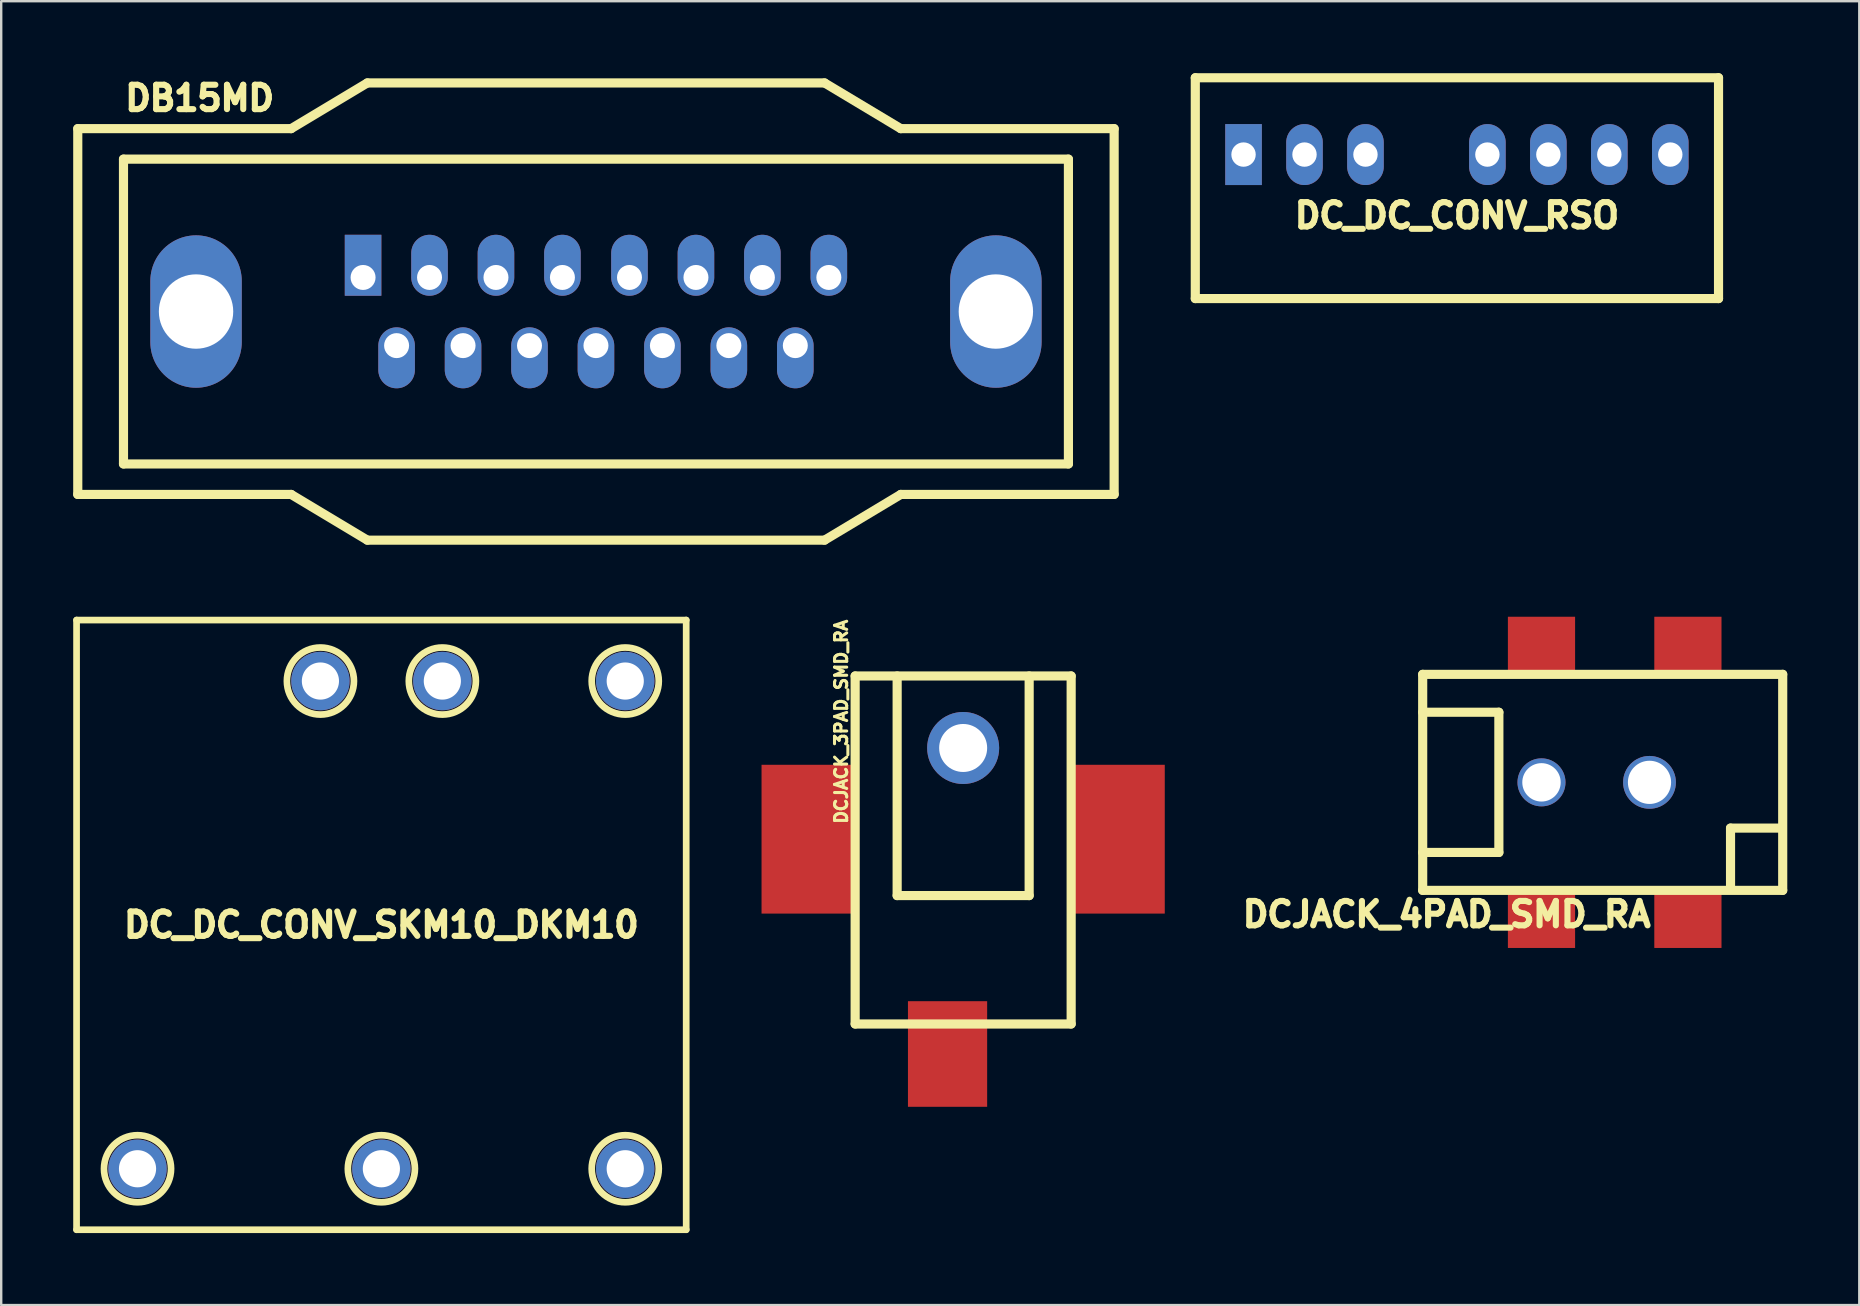
<source format=kicad_pcb>
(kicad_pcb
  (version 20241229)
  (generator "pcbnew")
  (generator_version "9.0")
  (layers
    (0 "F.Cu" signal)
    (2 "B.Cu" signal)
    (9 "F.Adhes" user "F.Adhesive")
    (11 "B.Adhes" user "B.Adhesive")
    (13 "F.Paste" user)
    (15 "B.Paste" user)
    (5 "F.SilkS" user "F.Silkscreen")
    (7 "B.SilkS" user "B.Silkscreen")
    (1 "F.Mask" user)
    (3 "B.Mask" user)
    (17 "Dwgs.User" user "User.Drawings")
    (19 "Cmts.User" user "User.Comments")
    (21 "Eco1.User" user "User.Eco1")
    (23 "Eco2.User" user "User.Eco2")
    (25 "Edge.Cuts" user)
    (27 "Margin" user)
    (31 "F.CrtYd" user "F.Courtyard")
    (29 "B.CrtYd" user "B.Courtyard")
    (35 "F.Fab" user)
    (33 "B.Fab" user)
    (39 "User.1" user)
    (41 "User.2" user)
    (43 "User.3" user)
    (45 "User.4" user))
  (footprint "DCJACK_3PAD_SMD_RA"
    (layer "F.Cu")
    (at 37.079 25.114)
    (property "Reference" "DCJACK_3PAD_SMD_RA" (at -5.08 1.905 90) (layer "F.SilkS") (effects (font (size 0.508 0.508) (thickness 0.127))))
    (property "Value" "${VALUE}" (at 0 10.16 0) (layer "F.Fab") (hide yes) (effects (font (size 0.508 0.508) (thickness 0.127))))
    (attr through_hole)
    (fp_line (start -4.5 14.5) (end -4.5 0) (stroke (width 0.381) (type solid)) (layer "F.SilkS"))
    (fp_line (start -2.75 0) (end -2.75 9.15) (stroke (width 0.381) (type solid)) (layer "F.SilkS"))
    (fp_line (start 2.75 0) (end 2.75 9.15) (stroke (width 0.381) (type solid)) (layer "F.SilkS"))
    (fp_line (start 2.75 9.15) (end -2.75 9.15) (stroke (width 0.381) (type solid)) (layer "F.SilkS"))
    (fp_line (start 4.5 0) (end -4.5 0) (stroke (width 0.381) (type solid)) (layer "F.SilkS"))
    (fp_line (start 4.5 0) (end 4.5 14.5) (stroke (width 0.381) (type solid)) (layer "F.SilkS"))
    (fp_line (start 4.5 14.5) (end -4.5 14.5) (stroke (width 0.381) (type solid)) (layer "F.SilkS"))
    (pad "" thru_hole circle (at 0 3 270) (size 3 3) (drill 2) (layers "*.Cu" "*.Mask"))
    (pad "1" smd rect (at -0.65 15.75 270) (size 4.4 3.3) (layers "F.Cu" "F.Mask" "F.Paste"))
    (pad "2" smd rect (at 6.45 6.8 270) (size 6.2 3.9) (layers "F.Cu" "F.Mask" "F.Paste"))
    (pad "3" smd rect (at -6.45 6.8 270) (size 6.2 3.9) (layers "F.Cu" "F.Mask" "F.Paste")))
  (footprint "DCJACK_4PAD_SMD_RA"
    (layer "F.Cu")
    (at 64.225 29.546)
    (property "Reference" "DCJACK_4PAD_SMD_RA" (at -7 5.5 0) (layer "F.SilkS") (effects (font (size 1.016 1.016) (thickness 0.254))))
    (attr through_hole)
    (fp_line (start -8.001 -2.921) (end -4.826 -2.921) (stroke (width 0.381) (type solid)) (layer "F.SilkS"))
    (fp_line (start -8 -4.5) (end -8 4.5) (stroke (width 0.381) (type solid)) (layer "F.SilkS"))
    (fp_line (start -8 4.5) (end 7 4.5) (stroke (width 0.381) (type solid)) (layer "F.SilkS"))
    (fp_line (start -4.826 -2.921) (end -4.826 2.921) (stroke (width 0.381) (type solid)) (layer "F.SilkS"))
    (fp_line (start -4.826 2.921) (end -8.001 2.921) (stroke (width 0.381) (type solid)) (layer "F.SilkS"))
    (fp_line (start 4.826 1.905) (end 6.985 1.905) (stroke (width 0.381) (type solid)) (layer "F.SilkS"))
    (fp_line (start 4.826 4.445) (end 4.826 1.905) (stroke (width 0.381) (type solid)) (layer "F.SilkS"))
    (fp_line (start 7 -4.5) (end -8 -4.5) (stroke (width 0.381) (type solid)) (layer "F.SilkS"))
    (fp_line (start 7 4.5) (end 7 -4.5) (stroke (width 0.381) (type solid)) (layer "F.SilkS"))
    (pad "" thru_hole circle (at -3.05 0) (size 2 2) (drill 1.6) (layers "*.Cu" "*.Mask"))
    (pad "" thru_hole circle (at 1.45 0) (size 2.2 2.2) (drill 1.8) (layers "*.Cu" "*.Mask"))
    (pad "1" smd rect (at -3.05 -5.7) (size 2.8 2.4) (layers "F.Cu" "F.Mask" "F.Paste"))
    (pad "1" smd rect (at 3.05 -5.7) (size 2.8 2.4) (layers "F.Cu" "F.Mask" "F.Paste"))
    (pad "2" smd rect (at -3.05 5.7) (size 2.8 2.4) (layers "F.Cu" "F.Mask" "F.Paste"))
    (pad "3" smd rect (at 3.05 5.7) (size 2.8 2.4) (layers "F.Cu" "F.Mask" "F.Paste")))
  (footprint "DC_DC_CONV_RSO"
    (layer "F.Cu")
    (at 57.651 3.39)
    (property "Reference" "DC_DC_CONV_RSO" (at 0 2.54 0) (layer "F.SilkS") (effects (font (size 1.016 1.016) (thickness 0.254))))
    (property "Value" "${VALUE}" (at 0 -4.445 180) (layer "F.SilkS") (hide yes) (effects (font (size 1.016 1.016) (thickness 0.254))))
    (attr through_hole)
    (fp_line (start -10.9 -3.2) (end -10.9 6) (stroke (width 0.381) (type solid)) (layer "F.SilkS"))
    (fp_line (start -10.9 6) (end 10.9 6) (stroke (width 0.381) (type solid)) (layer "F.SilkS"))
    (fp_line (start 10.9 -3.2) (end -10.9 -3.2) (stroke (width 0.381) (type solid)) (layer "F.SilkS"))
    (fp_line (start 10.9 6) (end 10.9 -3.2) (stroke (width 0.381) (type solid)) (layer "F.SilkS"))
    (pad "1" thru_hole rect (at -8.89 0) (size 1.524 2.54) (drill 1.016) (layers "*.Cu" "*.Mask"))
    (pad "2" thru_hole oval (at -6.35 0) (size 1.524 2.54) (drill 1.016) (layers "*.Cu" "*.Mask"))
    (pad "3" thru_hole oval (at -3.81 0) (size 1.524 2.54) (drill 1.016) (layers "*.Cu" "*.Mask"))
    (pad "5" thru_hole oval (at 1.27 0) (size 1.524 2.54) (drill 1.016) (layers "*.Cu" "*.Mask"))
    (pad "6" thru_hole oval (at 3.81 0) (size 1.524 2.54) (drill 1.016) (layers "*.Cu" "*.Mask"))
    (pad "7" thru_hole oval (at 6.35 0) (size 1.524 2.54) (drill 1.016) (layers "*.Cu" "*.Mask"))
    (pad "8" thru_hole oval (at 8.89 0) (size 1.524 2.54) (drill 1.016) (layers "*.Cu" "*.Mask")))
  (footprint "DB15MD"
    (layer "F.Cu")
    (at 21.78 9.93)
    (property "Reference" "DB15MD" (at -16.51 -8.89 0) (layer "F.SilkS") (effects (font (size 1.016 1.016) (thickness 0.254))))
    (attr through_hole)
    (fp_line (start -21.59 -7.62) (end -21.59 7.62) (stroke (width 0.381) (type solid)) (layer "F.SilkS"))
    (fp_line (start -21.59 7.62) (end -12.7 7.62) (stroke (width 0.381) (type solid)) (layer "F.SilkS"))
    (fp_line (start -19.685 -6.35) (end -19.685 6.35) (stroke (width 0.381) (type solid)) (layer "F.SilkS"))
    (fp_line (start -19.685 6.35) (end 19.685 6.35) (stroke (width 0.381) (type solid)) (layer "F.SilkS"))
    (fp_line (start -12.7 -7.62) (end -21.59 -7.62) (stroke (width 0.381) (type solid)) (layer "F.SilkS"))
    (fp_line (start -12.7 7.62) (end -9.525 9.525) (stroke (width 0.381) (type solid)) (layer "F.SilkS"))
    (fp_line (start -9.525 -9.525) (end -12.7 -7.62) (stroke (width 0.381) (type solid)) (layer "F.SilkS"))
    (fp_line (start -9.525 9.525) (end 9.525 9.525) (stroke (width 0.381) (type solid)) (layer "F.SilkS"))
    (fp_line (start 9.525 -9.525) (end -9.525 -9.525) (stroke (width 0.381) (type solid)) (layer "F.SilkS"))
    (fp_line (start 9.525 9.525) (end 12.7 7.62) (stroke (width 0.381) (type solid)) (layer "F.SilkS"))
    (fp_line (start 12.7 -7.62) (end 9.525 -9.525) (stroke (width 0.381) (type solid)) (layer "F.SilkS"))
    (fp_line (start 12.7 7.62) (end 21.59 7.62) (stroke (width 0.381) (type solid)) (layer "F.SilkS"))
    (fp_line (start 19.685 -6.35) (end -19.685 -6.35) (stroke (width 0.381) (type solid)) (layer "F.SilkS"))
    (fp_line (start 19.685 6.35) (end 19.685 -6.35) (stroke (width 0.381) (type solid)) (layer "F.SilkS"))
    (fp_line (start 21.59 -7.62) (end 12.7 -7.62) (stroke (width 0.381) (type solid)) (layer "F.SilkS"))
    (fp_line (start 21.59 7.62) (end 21.59 -7.62) (stroke (width 0.381) (type solid)) (layer "F.SilkS"))
    (pad "" thru_hole oval (at -16.662 0) (size 3.81 6.35) (drill 3.099) (layers "*.Cu" "*.Mask"))
    (pad "" thru_hole oval (at 16.662 0) (size 3.81 6.35) (drill 3.099) (layers "*.Cu" "*.Mask"))
    (pad "1" thru_hole rect (at -9.703 -1.42) (size 1.524 2.54) (drill 1.041 (offset 0 -0.508)) (layers "*.Cu" "*.Mask"))
    (pad "2" thru_hole oval (at -6.934 -1.42) (size 1.524 2.54) (drill 1.041 (offset 0 -0.508)) (layers "*.Cu" "*.Mask"))
    (pad "3" thru_hole oval (at -4.166 -1.42) (size 1.524 2.54) (drill 1.041 (offset 0 -0.508)) (layers "*.Cu" "*.Mask"))
    (pad "4" thru_hole oval (at -1.397 -1.42) (size 1.524 2.54) (drill 1.041 (offset 0 -0.508)) (layers "*.Cu" "*.Mask"))
    (pad "5" thru_hole oval (at 1.397 -1.42) (size 1.524 2.54) (drill 1.041 (offset 0 -0.508)) (layers "*.Cu" "*.Mask"))
    (pad "6" thru_hole oval (at 4.166 -1.42) (size 1.524 2.54) (drill 1.041 (offset 0 -0.508)) (layers "*.Cu" "*.Mask"))
    (pad "7" thru_hole oval (at 6.934 -1.42) (size 1.524 2.54) (drill 1.041 (offset 0 -0.508)) (layers "*.Cu" "*.Mask"))
    (pad "8" thru_hole oval (at 9.703 -1.42) (size 1.524 2.54) (drill 1.041 (offset 0 -0.508)) (layers "*.Cu" "*.Mask"))
    (pad "9" thru_hole oval (at -8.306 1.42) (size 1.524 2.54) (drill 1.041 (offset 0 0.508)) (layers "*.Cu" "*.Mask"))
    (pad "10" thru_hole oval (at -5.537 1.42) (size 1.524 2.54) (drill 1.041 (offset 0 0.508)) (layers "*.Cu" "*.Mask"))
    (pad "11" thru_hole oval (at -2.769 1.42) (size 1.524 2.54) (drill 1.041 (offset 0 0.508)) (layers "*.Cu" "*.Mask"))
    (pad "12" thru_hole oval (at 0 1.42) (size 1.524 2.54) (drill 1.041 (offset 0 0.508)) (layers "*.Cu" "*.Mask"))
    (pad "13" thru_hole oval (at 2.769 1.42) (size 1.524 2.54) (drill 1.041 (offset 0 0.508)) (layers "*.Cu" "*.Mask"))
    (pad "14" thru_hole oval (at 5.537 1.42) (size 1.524 2.54) (drill 1.041 (offset 0 0.508)) (layers "*.Cu" "*.Mask"))
    (pad "15" thru_hole oval (at 8.306 1.42) (size 1.524 2.54) (drill 1.041 (offset 0 0.508)) (layers "*.Cu" "*.Mask")))
  (footprint "DC_DC_CONV_SKM10_DKM10"
    (layer "F.Cu")
    (at 12.84 35.485)
    (property "Reference" "DC_DC_CONV_SKM10_DKM10" (at 0 0 0) (layer "F.SilkS") (effects (font (size 1.016 1.016) (thickness 0.254))))
    (property "Value" "${VALUE}" (at 0 -14.605 0) (layer "F.SilkS") (hide yes) (effects (font (size 1.016 1.016) (thickness 0.254))))
    (attr through_hole)
    (fp_line (start -12.7 -12.7) (end -12.7 12.7) (stroke (width 0.279) (type solid)) (layer "F.SilkS"))
    (fp_line (start -12.7 12.7) (end 12.7 12.7) (stroke (width 0.279) (type solid)) (layer "F.SilkS"))
    (fp_line (start 12.7 -12.7) (end -12.7 -12.7) (stroke (width 0.279) (type solid)) (layer "F.SilkS"))
    (fp_line (start 12.7 12.7) (end 12.7 -12.7) (stroke (width 0.279) (type solid)) (layer "F.SilkS"))
    (fp_circle (center -10.16 10.16) (end -8.763 10.16) (stroke (width 0.279) (type solid)) (fill no) (layer "F.SilkS"))
    (fp_circle (center -2.54 -10.16) (end -1.143 -10.16) (stroke (width 0.279) (type solid)) (fill no) (layer "F.SilkS"))
    (fp_circle (center 0 10.16) (end 1.397 10.16) (stroke (width 0.279) (type solid)) (fill no) (layer "F.SilkS"))
    (fp_circle (center 2.54 -10.16) (end 3.937 -10.16) (stroke (width 0.279) (type solid)) (fill no) (layer "F.SilkS"))
    (fp_circle (center 10.16 -10.16) (end 11.557 -10.16) (stroke (width 0.279) (type solid)) (fill no) (layer "F.SilkS"))
    (fp_circle (center 10.16 10.16) (end 11.557 10.16) (stroke (width 0.279) (type solid)) (fill no) (layer "F.SilkS"))
    (pad "1" thru_hole circle (at -2.54 -10.16) (size 2.438 2.438) (drill 1.549) (layers "*.Cu" "*.Mask"))
    (pad "2" thru_hole circle (at 2.54 -10.16) (size 2.438 2.438) (drill 1.549) (layers "*.Cu" "*.Mask"))
    (pad "3" thru_hole circle (at -10.16 10.16) (size 2.438 2.438) (drill 1.549) (layers "*.Cu" "*.Mask"))
    (pad "4" thru_hole circle (at 0 10.16) (size 2.438 2.438) (drill 1.549) (layers "*.Cu" "*.Mask"))
    (pad "5" thru_hole circle (at 10.16 10.16) (size 2.438 2.438) (drill 1.549) (layers "*.Cu" "*.Mask"))
    (pad "6" thru_hole circle (at 10.16 -10.16) (size 2.438 2.438) (drill 1.549) (layers "*.Cu" "*.Mask")))
  (gr_rect
    (start -3 -3)
    (end 74.416 51.325)
    (stroke (width 0.1) (type default))
    (fill no)
    (layer "Edge.Cuts")))
</source>
